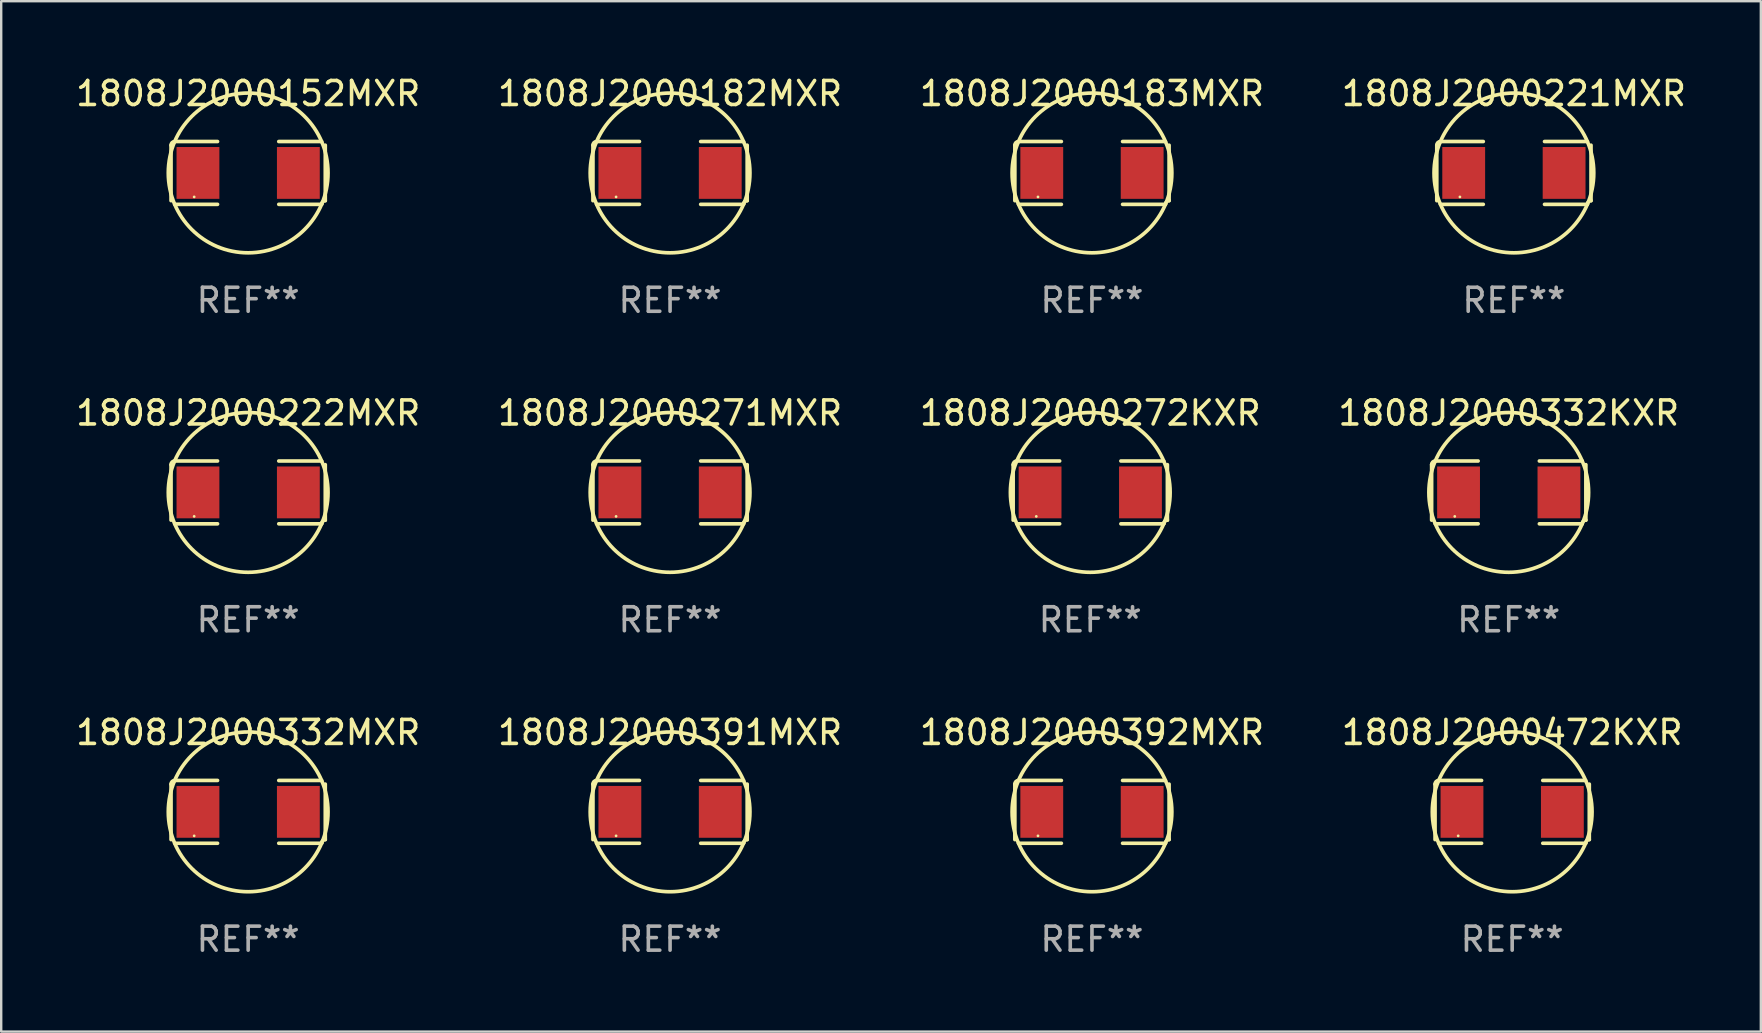
<source format=kicad_pcb>
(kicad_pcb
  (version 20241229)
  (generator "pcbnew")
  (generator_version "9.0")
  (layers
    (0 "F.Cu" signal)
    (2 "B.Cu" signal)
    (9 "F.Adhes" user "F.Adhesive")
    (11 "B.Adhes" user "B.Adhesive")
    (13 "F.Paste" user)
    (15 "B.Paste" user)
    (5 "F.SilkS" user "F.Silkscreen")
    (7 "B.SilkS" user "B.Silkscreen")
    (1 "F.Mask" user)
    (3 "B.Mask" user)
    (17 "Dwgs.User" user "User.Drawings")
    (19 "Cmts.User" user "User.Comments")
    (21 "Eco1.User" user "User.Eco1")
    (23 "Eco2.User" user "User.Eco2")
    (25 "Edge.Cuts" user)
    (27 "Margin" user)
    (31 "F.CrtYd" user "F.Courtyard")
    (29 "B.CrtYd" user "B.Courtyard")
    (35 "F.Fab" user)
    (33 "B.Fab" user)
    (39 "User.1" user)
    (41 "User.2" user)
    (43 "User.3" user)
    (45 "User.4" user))
  (footprint "1808J2000152MXR"
    (layer "F.Cu")
    (at 7.292 4.157)
    (property "Reference" "1808J2000152MXR" (at 0 -3.309 0) (layer "F.SilkS") (effects (font (size 1 1) (thickness 0.15))))
    (attr through_hole)
    (fp_line (start -3.214 -1.156) (end -3.214 1.156) (stroke (width 0.152) (type solid)) (layer "F.SilkS"))
    (fp_line (start -3.061 1.309) (end -1.276 1.309) (stroke (width 0.152) (type solid)) (layer "F.SilkS"))
    (fp_line (start -1.276 -1.309) (end -3.061 -1.309) (stroke (width 0.152) (type solid)) (layer "F.SilkS"))
    (fp_line (start 1.276 -1.309) (end 3.061 -1.309) (stroke (width 0.152) (type solid)) (layer "F.SilkS"))
    (fp_line (start 3.061 1.309) (end 1.276 1.309) (stroke (width 0.152) (type solid)) (layer "F.SilkS"))
    (fp_line (start 3.214 -1.156) (end 3.214 1.156) (stroke (width 0.152) (type solid)) (layer "F.SilkS"))
    (fp_arc (start -3.21359 -1.15621) (mid -3.168953 -1.263974) (end -3.061189 -1.308611) (stroke (width 0.1524) (type solid)) (layer "F.SilkS"))
    (fp_arc (start 3.061188 1.308611) (mid 3.105825 1.200847) (end 3.213589 1.15621) (stroke (width 0.1524) (type solid)) (layer "F.SilkS"))
    (fp_arc (start 3.061189 -1.308611) (mid -3.061167 1.308589) (end 3.061189 -1.308611) (stroke (width 0.1524) (type solid)) (layer "F.SilkS"))
    (fp_circle (center -2.25 1) (end -2.22 1) (stroke (width 0.06) (type solid)) (fill no) (layer "F.SilkS"))
    (fp_text user "REF**" (at 0 5.309 0) (layer "F.Fab") (effects (font (size 1 1) (thickness 0.15))))
    (pad "1" smd rect (at -2.092 0) (size 1.785 2.16) (layers "F.Cu" "F.Mask" "F.Paste"))
    (pad "2" smd rect (at 2.092 0) (size 1.785 2.16) (layers "F.Cu" "F.Mask" "F.Paste")))
  (footprint "1808J2000472KXR"
    (layer "F.Cu")
    (at 59.97 30.784)
    (property "Reference" "1808J2000472KXR" (at 0 -3.309 0) (layer "F.SilkS") (effects (font (size 1 1) (thickness 0.15))))
    (attr through_hole)
    (fp_line (start -3.214 -1.156) (end -3.214 1.156) (stroke (width 0.152) (type solid)) (layer "F.SilkS"))
    (fp_line (start -3.061 1.309) (end -1.276 1.309) (stroke (width 0.152) (type solid)) (layer "F.SilkS"))
    (fp_line (start -1.276 -1.309) (end -3.061 -1.309) (stroke (width 0.152) (type solid)) (layer "F.SilkS"))
    (fp_line (start 1.276 -1.309) (end 3.061 -1.309) (stroke (width 0.152) (type solid)) (layer "F.SilkS"))
    (fp_line (start 3.061 1.309) (end 1.276 1.309) (stroke (width 0.152) (type solid)) (layer "F.SilkS"))
    (fp_line (start 3.214 -1.156) (end 3.214 1.156) (stroke (width 0.152) (type solid)) (layer "F.SilkS"))
    (fp_arc (start -3.21359 -1.15621) (mid -3.168953 -1.263974) (end -3.061189 -1.308611) (stroke (width 0.1524) (type solid)) (layer "F.SilkS"))
    (fp_arc (start 3.061188 1.308611) (mid 3.105825 1.200847) (end 3.213589 1.15621) (stroke (width 0.1524) (type solid)) (layer "F.SilkS"))
    (fp_arc (start 3.061189 -1.308611) (mid -3.061167 1.308589) (end 3.061189 -1.308611) (stroke (width 0.1524) (type solid)) (layer "F.SilkS"))
    (fp_circle (center -2.25 1) (end -2.22 1) (stroke (width 0.06) (type solid)) (fill no) (layer "F.SilkS"))
    (fp_text user "REF**" (at 0 5.309 0) (layer "F.Fab") (effects (font (size 1 1) (thickness 0.15))))
    (pad "1" smd rect (at -2.092 0) (size 1.785 2.16) (layers "F.Cu" "F.Mask" "F.Paste"))
    (pad "2" smd rect (at 2.092 0) (size 1.785 2.16) (layers "F.Cu" "F.Mask" "F.Paste")))
  (footprint "1808J2000332MXR"
    (layer "F.Cu")
    (at 7.292 30.784)
    (property "Reference" "1808J2000332MXR" (at 0 -3.309 0) (layer "F.SilkS") (effects (font (size 1 1) (thickness 0.15))))
    (attr through_hole)
    (fp_line (start -3.214 -1.156) (end -3.214 1.156) (stroke (width 0.152) (type solid)) (layer "F.SilkS"))
    (fp_line (start -3.061 1.309) (end -1.276 1.309) (stroke (width 0.152) (type solid)) (layer "F.SilkS"))
    (fp_line (start -1.276 -1.309) (end -3.061 -1.309) (stroke (width 0.152) (type solid)) (layer "F.SilkS"))
    (fp_line (start 1.276 -1.309) (end 3.061 -1.309) (stroke (width 0.152) (type solid)) (layer "F.SilkS"))
    (fp_line (start 3.061 1.309) (end 1.276 1.309) (stroke (width 0.152) (type solid)) (layer "F.SilkS"))
    (fp_line (start 3.214 -1.156) (end 3.214 1.156) (stroke (width 0.152) (type solid)) (layer "F.SilkS"))
    (fp_arc (start -3.21359 -1.15621) (mid -3.168953 -1.263974) (end -3.061189 -1.308611) (stroke (width 0.1524) (type solid)) (layer "F.SilkS"))
    (fp_arc (start 3.061188 1.308611) (mid 3.105825 1.200847) (end 3.213589 1.15621) (stroke (width 0.1524) (type solid)) (layer "F.SilkS"))
    (fp_arc (start 3.061189 -1.308611) (mid -3.061167 1.308589) (end 3.061189 -1.308611) (stroke (width 0.1524) (type solid)) (layer "F.SilkS"))
    (fp_circle (center -2.25 1) (end -2.22 1) (stroke (width 0.06) (type solid)) (fill no) (layer "F.SilkS"))
    (fp_text user "REF**" (at 0 5.309 0) (layer "F.Fab") (effects (font (size 1 1) (thickness 0.15))))
    (pad "1" smd rect (at -2.092 0) (size 1.785 2.16) (layers "F.Cu" "F.Mask" "F.Paste"))
    (pad "2" smd rect (at 2.092 0) (size 1.785 2.16) (layers "F.Cu" "F.Mask" "F.Paste")))
  (footprint "1808J2000222MXR"
    (layer "F.Cu")
    (at 7.292 17.471)
    (property "Reference" "1808J2000222MXR" (at 0 -3.309 0) (layer "F.SilkS") (effects (font (size 1 1) (thickness 0.15))))
    (attr through_hole)
    (fp_line (start -3.214 -1.156) (end -3.214 1.156) (stroke (width 0.152) (type solid)) (layer "F.SilkS"))
    (fp_line (start -3.061 1.309) (end -1.276 1.309) (stroke (width 0.152) (type solid)) (layer "F.SilkS"))
    (fp_line (start -1.276 -1.309) (end -3.061 -1.309) (stroke (width 0.152) (type solid)) (layer "F.SilkS"))
    (fp_line (start 1.276 -1.309) (end 3.061 -1.309) (stroke (width 0.152) (type solid)) (layer "F.SilkS"))
    (fp_line (start 3.061 1.309) (end 1.276 1.309) (stroke (width 0.152) (type solid)) (layer "F.SilkS"))
    (fp_line (start 3.214 -1.156) (end 3.214 1.156) (stroke (width 0.152) (type solid)) (layer "F.SilkS"))
    (fp_arc (start -3.21359 -1.15621) (mid -3.168953 -1.263974) (end -3.061189 -1.308611) (stroke (width 0.1524) (type solid)) (layer "F.SilkS"))
    (fp_arc (start 3.061188 1.308611) (mid 3.105825 1.200847) (end 3.213589 1.15621) (stroke (width 0.1524) (type solid)) (layer "F.SilkS"))
    (fp_arc (start 3.061189 -1.308611) (mid -3.061167 1.308589) (end 3.061189 -1.308611) (stroke (width 0.1524) (type solid)) (layer "F.SilkS"))
    (fp_circle (center -2.25 1) (end -2.22 1) (stroke (width 0.06) (type solid)) (fill no) (layer "F.SilkS"))
    (fp_text user "REF**" (at 0 5.309 0) (layer "F.Fab") (effects (font (size 1 1) (thickness 0.15))))
    (pad "1" smd rect (at -2.092 0) (size 1.785 2.16) (layers "F.Cu" "F.Mask" "F.Paste"))
    (pad "2" smd rect (at 2.092 0) (size 1.785 2.16) (layers "F.Cu" "F.Mask" "F.Paste")))
  (footprint "1808J2000332KXR"
    (layer "F.Cu")
    (at 59.827 17.471)
    (property "Reference" "1808J2000332KXR" (at 0 -3.309 0) (layer "F.SilkS") (effects (font (size 1 1) (thickness 0.15))))
    (attr through_hole)
    (fp_line (start -3.214 -1.156) (end -3.214 1.156) (stroke (width 0.152) (type solid)) (layer "F.SilkS"))
    (fp_line (start -3.061 1.309) (end -1.276 1.309) (stroke (width 0.152) (type solid)) (layer "F.SilkS"))
    (fp_line (start -1.276 -1.309) (end -3.061 -1.309) (stroke (width 0.152) (type solid)) (layer "F.SilkS"))
    (fp_line (start 1.276 -1.309) (end 3.061 -1.309) (stroke (width 0.152) (type solid)) (layer "F.SilkS"))
    (fp_line (start 3.061 1.309) (end 1.276 1.309) (stroke (width 0.152) (type solid)) (layer "F.SilkS"))
    (fp_line (start 3.214 -1.156) (end 3.214 1.156) (stroke (width 0.152) (type solid)) (layer "F.SilkS"))
    (fp_arc (start -3.21359 -1.15621) (mid -3.168953 -1.263974) (end -3.061189 -1.308611) (stroke (width 0.1524) (type solid)) (layer "F.SilkS"))
    (fp_arc (start 3.061188 1.308611) (mid 3.105825 1.200847) (end 3.213589 1.15621) (stroke (width 0.1524) (type solid)) (layer "F.SilkS"))
    (fp_arc (start 3.061189 -1.308611) (mid -3.061167 1.308589) (end 3.061189 -1.308611) (stroke (width 0.1524) (type solid)) (layer "F.SilkS"))
    (fp_circle (center -2.25 1) (end -2.22 1) (stroke (width 0.06) (type solid)) (fill no) (layer "F.SilkS"))
    (fp_text user "REF**" (at 0 5.309 0) (layer "F.Fab") (effects (font (size 1 1) (thickness 0.15))))
    (pad "1" smd rect (at -2.092 0) (size 1.785 2.16) (layers "F.Cu" "F.Mask" "F.Paste"))
    (pad "2" smd rect (at 2.092 0) (size 1.785 2.16) (layers "F.Cu" "F.Mask" "F.Paste")))
  (footprint "1808J2000272KXR"
    (layer "F.Cu")
    (at 42.387 17.471)
    (property "Reference" "1808J2000272KXR" (at 0 -3.309 0) (layer "F.SilkS") (effects (font (size 1 1) (thickness 0.15))))
    (attr through_hole)
    (fp_line (start -3.214 -1.156) (end -3.214 1.156) (stroke (width 0.152) (type solid)) (layer "F.SilkS"))
    (fp_line (start -3.061 1.309) (end -1.276 1.309) (stroke (width 0.152) (type solid)) (layer "F.SilkS"))
    (fp_line (start -1.276 -1.309) (end -3.061 -1.309) (stroke (width 0.152) (type solid)) (layer "F.SilkS"))
    (fp_line (start 1.276 -1.309) (end 3.061 -1.309) (stroke (width 0.152) (type solid)) (layer "F.SilkS"))
    (fp_line (start 3.061 1.309) (end 1.276 1.309) (stroke (width 0.152) (type solid)) (layer "F.SilkS"))
    (fp_line (start 3.214 -1.156) (end 3.214 1.156) (stroke (width 0.152) (type solid)) (layer "F.SilkS"))
    (fp_arc (start -3.21359 -1.15621) (mid -3.168953 -1.263974) (end -3.061189 -1.308611) (stroke (width 0.1524) (type solid)) (layer "F.SilkS"))
    (fp_arc (start 3.061188 1.308611) (mid 3.105825 1.200847) (end 3.213589 1.15621) (stroke (width 0.1524) (type solid)) (layer "F.SilkS"))
    (fp_arc (start 3.061189 -1.308611) (mid -3.061167 1.308589) (end 3.061189 -1.308611) (stroke (width 0.1524) (type solid)) (layer "F.SilkS"))
    (fp_circle (center -2.25 1) (end -2.22 1) (stroke (width 0.06) (type solid)) (fill no) (layer "F.SilkS"))
    (fp_text user "REF**" (at 0 5.309 0) (layer "F.Fab") (effects (font (size 1 1) (thickness 0.15))))
    (pad "1" smd rect (at -2.092 0) (size 1.785 2.16) (layers "F.Cu" "F.Mask" "F.Paste"))
    (pad "2" smd rect (at 2.092 0) (size 1.785 2.16) (layers "F.Cu" "F.Mask" "F.Paste")))
  (footprint "1808J2000183MXR"
    (layer "F.Cu")
    (at 42.458 4.157)
    (property "Reference" "1808J2000183MXR" (at 0 -3.309 0) (layer "F.SilkS") (effects (font (size 1 1) (thickness 0.15))))
    (attr through_hole)
    (fp_line (start -3.214 -1.156) (end -3.214 1.156) (stroke (width 0.152) (type solid)) (layer "F.SilkS"))
    (fp_line (start -3.061 1.309) (end -1.276 1.309) (stroke (width 0.152) (type solid)) (layer "F.SilkS"))
    (fp_line (start -1.276 -1.309) (end -3.061 -1.309) (stroke (width 0.152) (type solid)) (layer "F.SilkS"))
    (fp_line (start 1.276 -1.309) (end 3.061 -1.309) (stroke (width 0.152) (type solid)) (layer "F.SilkS"))
    (fp_line (start 3.061 1.309) (end 1.276 1.309) (stroke (width 0.152) (type solid)) (layer "F.SilkS"))
    (fp_line (start 3.214 -1.156) (end 3.214 1.156) (stroke (width 0.152) (type solid)) (layer "F.SilkS"))
    (fp_arc (start -3.21359 -1.15621) (mid -3.168953 -1.263974) (end -3.061189 -1.308611) (stroke (width 0.1524) (type solid)) (layer "F.SilkS"))
    (fp_arc (start 3.061188 1.308611) (mid 3.105825 1.200847) (end 3.213589 1.15621) (stroke (width 0.1524) (type solid)) (layer "F.SilkS"))
    (fp_arc (start 3.061189 -1.308611) (mid -3.061167 1.308589) (end 3.061189 -1.308611) (stroke (width 0.1524) (type solid)) (layer "F.SilkS"))
    (fp_circle (center -2.25 1) (end -2.22 1) (stroke (width 0.06) (type solid)) (fill no) (layer "F.SilkS"))
    (fp_text user "REF**" (at 0 5.309 0) (layer "F.Fab") (effects (font (size 1 1) (thickness 0.15))))
    (pad "1" smd rect (at -2.092 0) (size 1.785 2.16) (layers "F.Cu" "F.Mask" "F.Paste"))
    (pad "2" smd rect (at 2.092 0) (size 1.785 2.16) (layers "F.Cu" "F.Mask" "F.Paste")))
  (footprint "1808J2000391MXR"
    (layer "F.Cu")
    (at 24.875 30.784)
    (property "Reference" "1808J2000391MXR" (at 0 -3.309 0) (layer "F.SilkS") (effects (font (size 1 1) (thickness 0.15))))
    (attr through_hole)
    (fp_line (start -3.214 -1.156) (end -3.214 1.156) (stroke (width 0.152) (type solid)) (layer "F.SilkS"))
    (fp_line (start -3.061 1.309) (end -1.276 1.309) (stroke (width 0.152) (type solid)) (layer "F.SilkS"))
    (fp_line (start -1.276 -1.309) (end -3.061 -1.309) (stroke (width 0.152) (type solid)) (layer "F.SilkS"))
    (fp_line (start 1.276 -1.309) (end 3.061 -1.309) (stroke (width 0.152) (type solid)) (layer "F.SilkS"))
    (fp_line (start 3.061 1.309) (end 1.276 1.309) (stroke (width 0.152) (type solid)) (layer "F.SilkS"))
    (fp_line (start 3.214 -1.156) (end 3.214 1.156) (stroke (width 0.152) (type solid)) (layer "F.SilkS"))
    (fp_arc (start -3.21359 -1.15621) (mid -3.168953 -1.263974) (end -3.061189 -1.308611) (stroke (width 0.1524) (type solid)) (layer "F.SilkS"))
    (fp_arc (start 3.061188 1.308611) (mid 3.105825 1.200847) (end 3.213589 1.15621) (stroke (width 0.1524) (type solid)) (layer "F.SilkS"))
    (fp_arc (start 3.061189 -1.308611) (mid -3.061167 1.308589) (end 3.061189 -1.308611) (stroke (width 0.1524) (type solid)) (layer "F.SilkS"))
    (fp_circle (center -2.25 1) (end -2.22 1) (stroke (width 0.06) (type solid)) (fill no) (layer "F.SilkS"))
    (fp_text user "REF**" (at 0 5.309 0) (layer "F.Fab") (effects (font (size 1 1) (thickness 0.15))))
    (pad "1" smd rect (at -2.092 0) (size 1.785 2.16) (layers "F.Cu" "F.Mask" "F.Paste"))
    (pad "2" smd rect (at 2.092 0) (size 1.785 2.16) (layers "F.Cu" "F.Mask" "F.Paste")))
  (footprint "1808J2000182MXR"
    (layer "F.Cu")
    (at 24.875 4.157)
    (property "Reference" "1808J2000182MXR" (at 0 -3.309 0) (layer "F.SilkS") (effects (font (size 1 1) (thickness 0.15))))
    (attr through_hole)
    (fp_line (start -3.214 -1.156) (end -3.214 1.156) (stroke (width 0.152) (type solid)) (layer "F.SilkS"))
    (fp_line (start -3.061 1.309) (end -1.276 1.309) (stroke (width 0.152) (type solid)) (layer "F.SilkS"))
    (fp_line (start -1.276 -1.309) (end -3.061 -1.309) (stroke (width 0.152) (type solid)) (layer "F.SilkS"))
    (fp_line (start 1.276 -1.309) (end 3.061 -1.309) (stroke (width 0.152) (type solid)) (layer "F.SilkS"))
    (fp_line (start 3.061 1.309) (end 1.276 1.309) (stroke (width 0.152) (type solid)) (layer "F.SilkS"))
    (fp_line (start 3.214 -1.156) (end 3.214 1.156) (stroke (width 0.152) (type solid)) (layer "F.SilkS"))
    (fp_arc (start -3.21359 -1.15621) (mid -3.168953 -1.263974) (end -3.061189 -1.308611) (stroke (width 0.1524) (type solid)) (layer "F.SilkS"))
    (fp_arc (start 3.061188 1.308611) (mid 3.105825 1.200847) (end 3.213589 1.15621) (stroke (width 0.1524) (type solid)) (layer "F.SilkS"))
    (fp_arc (start 3.061189 -1.308611) (mid -3.061167 1.308589) (end 3.061189 -1.308611) (stroke (width 0.1524) (type solid)) (layer "F.SilkS"))
    (fp_circle (center -2.25 1) (end -2.22 1) (stroke (width 0.06) (type solid)) (fill no) (layer "F.SilkS"))
    (fp_text user "REF**" (at 0 5.309 0) (layer "F.Fab") (effects (font (size 1 1) (thickness 0.15))))
    (pad "1" smd rect (at -2.092 0) (size 1.785 2.16) (layers "F.Cu" "F.Mask" "F.Paste"))
    (pad "2" smd rect (at 2.092 0) (size 1.785 2.16) (layers "F.Cu" "F.Mask" "F.Paste")))
  (footprint "1808J2000221MXR"
    (layer "F.Cu")
    (at 60.042 4.157)
    (property "Reference" "1808J2000221MXR" (at 0 -3.309 0) (layer "F.SilkS") (effects (font (size 1 1) (thickness 0.15))))
    (attr through_hole)
    (fp_line (start -3.214 -1.156) (end -3.214 1.156) (stroke (width 0.152) (type solid)) (layer "F.SilkS"))
    (fp_line (start -3.061 1.309) (end -1.276 1.309) (stroke (width 0.152) (type solid)) (layer "F.SilkS"))
    (fp_line (start -1.276 -1.309) (end -3.061 -1.309) (stroke (width 0.152) (type solid)) (layer "F.SilkS"))
    (fp_line (start 1.276 -1.309) (end 3.061 -1.309) (stroke (width 0.152) (type solid)) (layer "F.SilkS"))
    (fp_line (start 3.061 1.309) (end 1.276 1.309) (stroke (width 0.152) (type solid)) (layer "F.SilkS"))
    (fp_line (start 3.214 -1.156) (end 3.214 1.156) (stroke (width 0.152) (type solid)) (layer "F.SilkS"))
    (fp_arc (start -3.21359 -1.15621) (mid -3.168953 -1.263974) (end -3.061189 -1.308611) (stroke (width 0.1524) (type solid)) (layer "F.SilkS"))
    (fp_arc (start 3.061188 1.308611) (mid 3.105825 1.200847) (end 3.213589 1.15621) (stroke (width 0.1524) (type solid)) (layer "F.SilkS"))
    (fp_arc (start 3.061189 -1.308611) (mid -3.061167 1.308589) (end 3.061189 -1.308611) (stroke (width 0.1524) (type solid)) (layer "F.SilkS"))
    (fp_circle (center -2.25 1) (end -2.22 1) (stroke (width 0.06) (type solid)) (fill no) (layer "F.SilkS"))
    (fp_text user "REF**" (at 0 5.309 0) (layer "F.Fab") (effects (font (size 1 1) (thickness 0.15))))
    (pad "1" smd rect (at -2.092 0) (size 1.785 2.16) (layers "F.Cu" "F.Mask" "F.Paste"))
    (pad "2" smd rect (at 2.092 0) (size 1.785 2.16) (layers "F.Cu" "F.Mask" "F.Paste")))
  (footprint "1808J2000271MXR"
    (layer "F.Cu")
    (at 24.875 17.471)
    (property "Reference" "1808J2000271MXR" (at 0 -3.309 0) (layer "F.SilkS") (effects (font (size 1 1) (thickness 0.15))))
    (attr through_hole)
    (fp_line (start -3.214 -1.156) (end -3.214 1.156) (stroke (width 0.152) (type solid)) (layer "F.SilkS"))
    (fp_line (start -3.061 1.309) (end -1.276 1.309) (stroke (width 0.152) (type solid)) (layer "F.SilkS"))
    (fp_line (start -1.276 -1.309) (end -3.061 -1.309) (stroke (width 0.152) (type solid)) (layer "F.SilkS"))
    (fp_line (start 1.276 -1.309) (end 3.061 -1.309) (stroke (width 0.152) (type solid)) (layer "F.SilkS"))
    (fp_line (start 3.061 1.309) (end 1.276 1.309) (stroke (width 0.152) (type solid)) (layer "F.SilkS"))
    (fp_line (start 3.214 -1.156) (end 3.214 1.156) (stroke (width 0.152) (type solid)) (layer "F.SilkS"))
    (fp_arc (start -3.21359 -1.15621) (mid -3.168953 -1.263974) (end -3.061189 -1.308611) (stroke (width 0.1524) (type solid)) (layer "F.SilkS"))
    (fp_arc (start 3.061188 1.308611) (mid 3.105825 1.200847) (end 3.213589 1.15621) (stroke (width 0.1524) (type solid)) (layer "F.SilkS"))
    (fp_arc (start 3.061189 -1.308611) (mid -3.061167 1.308589) (end 3.061189 -1.308611) (stroke (width 0.1524) (type solid)) (layer "F.SilkS"))
    (fp_circle (center -2.25 1) (end -2.22 1) (stroke (width 0.06) (type solid)) (fill no) (layer "F.SilkS"))
    (fp_text user "REF**" (at 0 5.309 0) (layer "F.Fab") (effects (font (size 1 1) (thickness 0.15))))
    (pad "1" smd rect (at -2.092 0) (size 1.785 2.16) (layers "F.Cu" "F.Mask" "F.Paste"))
    (pad "2" smd rect (at 2.092 0) (size 1.785 2.16) (layers "F.Cu" "F.Mask" "F.Paste")))
  (footprint "1808J2000392MXR"
    (layer "F.Cu")
    (at 42.458 30.784)
    (property "Reference" "1808J2000392MXR" (at 0 -3.309 0) (layer "F.SilkS") (effects (font (size 1 1) (thickness 0.15))))
    (attr through_hole)
    (fp_line (start -3.214 -1.156) (end -3.214 1.156) (stroke (width 0.152) (type solid)) (layer "F.SilkS"))
    (fp_line (start -3.061 1.309) (end -1.276 1.309) (stroke (width 0.152) (type solid)) (layer "F.SilkS"))
    (fp_line (start -1.276 -1.309) (end -3.061 -1.309) (stroke (width 0.152) (type solid)) (layer "F.SilkS"))
    (fp_line (start 1.276 -1.309) (end 3.061 -1.309) (stroke (width 0.152) (type solid)) (layer "F.SilkS"))
    (fp_line (start 3.061 1.309) (end 1.276 1.309) (stroke (width 0.152) (type solid)) (layer "F.SilkS"))
    (fp_line (start 3.214 -1.156) (end 3.214 1.156) (stroke (width 0.152) (type solid)) (layer "F.SilkS"))
    (fp_arc (start -3.21359 -1.15621) (mid -3.168953 -1.263974) (end -3.061189 -1.308611) (stroke (width 0.1524) (type solid)) (layer "F.SilkS"))
    (fp_arc (start 3.061188 1.308611) (mid 3.105825 1.200847) (end 3.213589 1.15621) (stroke (width 0.1524) (type solid)) (layer "F.SilkS"))
    (fp_arc (start 3.061189 -1.308611) (mid -3.061167 1.308589) (end 3.061189 -1.308611) (stroke (width 0.1524) (type solid)) (layer "F.SilkS"))
    (fp_circle (center -2.25 1) (end -2.22 1) (stroke (width 0.06) (type solid)) (fill no) (layer "F.SilkS"))
    (fp_text user "REF**" (at 0 5.309 0) (layer "F.Fab") (effects (font (size 1 1) (thickness 0.15))))
    (pad "1" smd rect (at -2.092 0) (size 1.785 2.16) (layers "F.Cu" "F.Mask" "F.Paste"))
    (pad "2" smd rect (at 2.092 0) (size 1.785 2.16) (layers "F.Cu" "F.Mask" "F.Paste")))
  (gr_rect
    (start -3 -3)
    (end 70.333 39.941)
    (stroke (width 0.1) (type default))
    (fill no)
    (layer "Edge.Cuts")))
</source>
